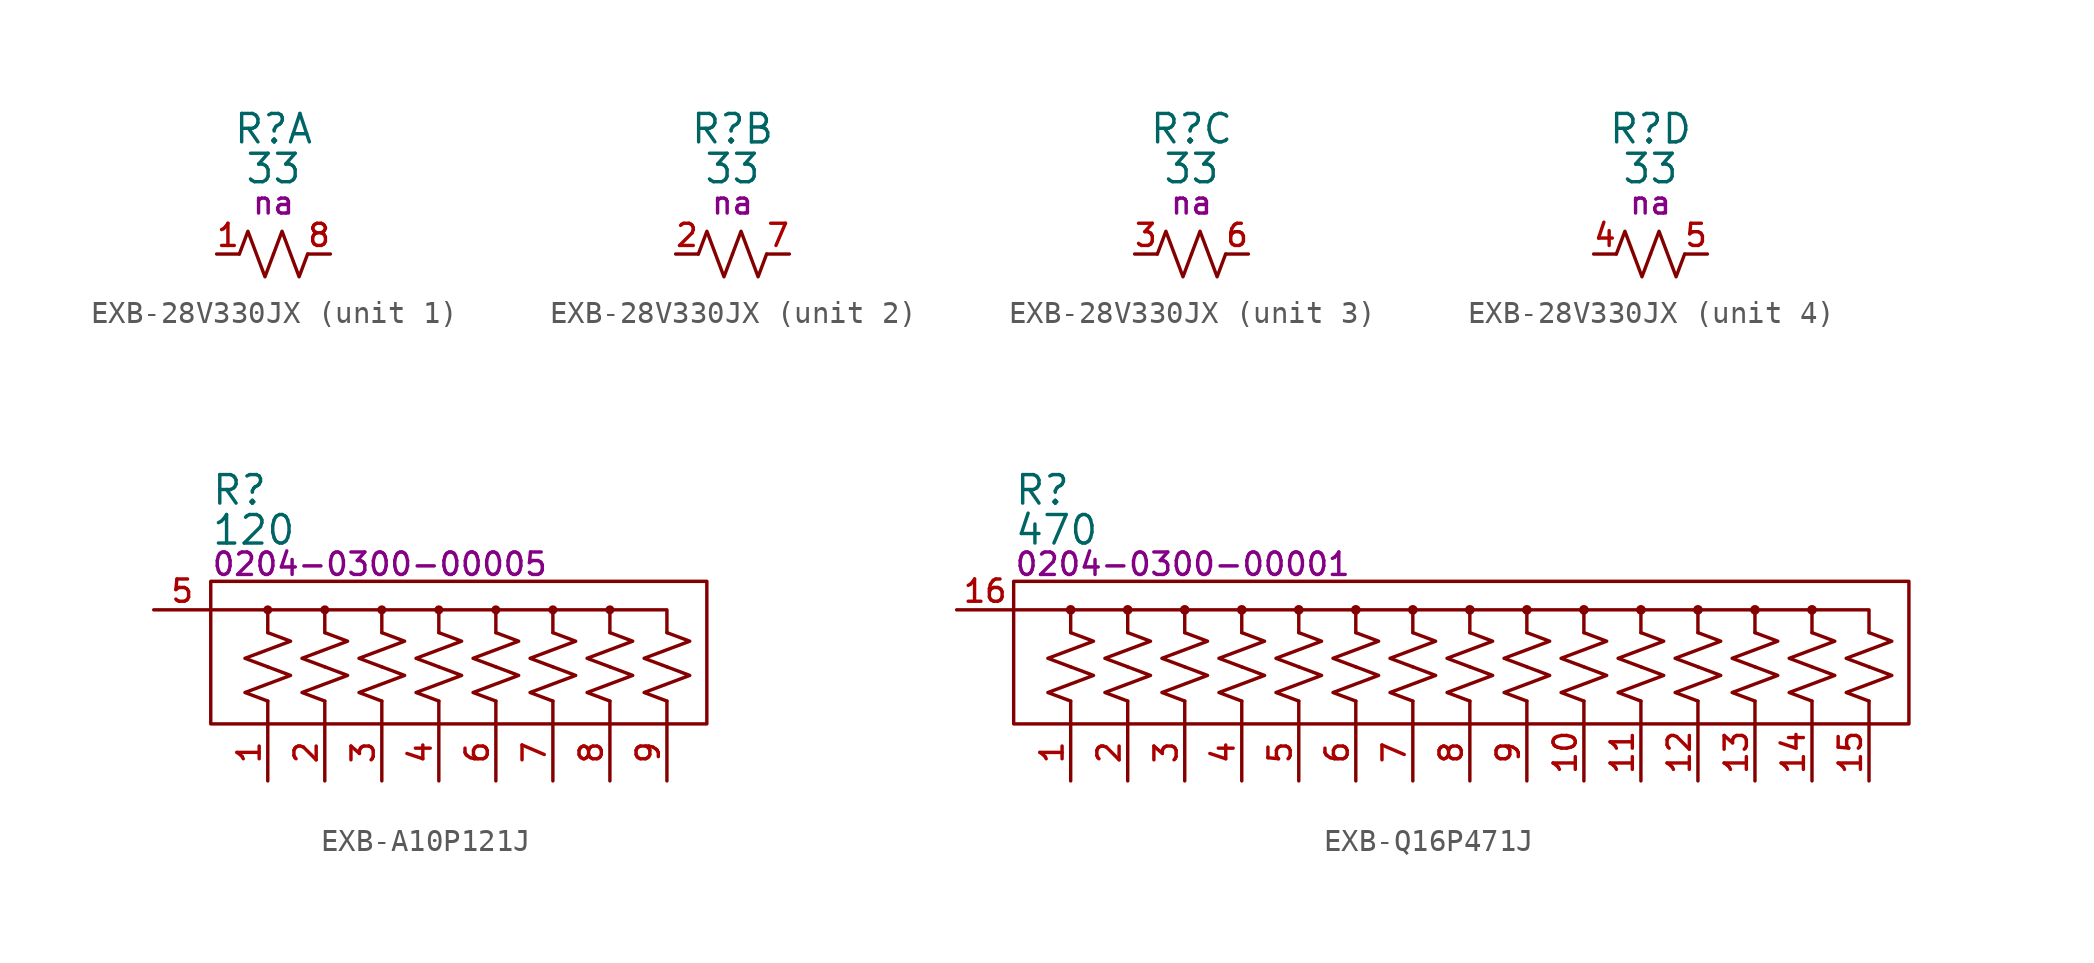
<source format=kicad_sym>
(kicad_symbol_lib
  (version 20231120)
  (generator "kicad_symbol_editor")
  (generator_version "8.0")
  (symbol "EXB-28V330JX"
    (pin_names hide)
    (property "Reference" "R"
      (at 0 5.588 0)
      (effects (font (size 1.27 1.27))))
    (property "Value" "33"
      (at 0 3.81 0)
      (effects (font (size 1.27 1.27))))
    (property "PartNumber" "na"
      (at 0 2.286 0)
      (effects (font (size 1 1))))
    (property "ki_locked" ""
      (at 0 0 0)
      (effects (font (size 1.27 1.27))))
    (symbol "EXB-28V330JX_0_1"
      (polyline (pts (xy -1.524 0) (xy -1.143 1.016) (xy -0.762 0) (xy -0.381 -1.016) (xy 0 0)) (stroke (width 0) (type default)) (fill (type none)))
      (polyline (pts (xy 0 0) (xy 0.381 1.016) (xy 0.762 0) (xy 1.143 -1.016) (xy 1.524 0)) (stroke (width 0) (type default)) (fill (type none))))
    (symbol "EXB-28V330JX_1_0"
      (pin passive line (at -2.54 0 0) (length 1.01) (name "1A" (effects (font (size 1.27 1.27)))) (number "1" (effects (font (size 0.991 0.991)))))
      (pin passive line (at 2.54 0 180) (length 1.01) (name "1B" (effects (font (size 1.27 1.27)))) (number "8" (effects (font (size 0.991 0.991))))))
    (symbol "EXB-28V330JX_2_0"
      (pin passive line (at -2.54 0 0) (length 1.01) (name "2A" (effects (font (size 1.27 1.27)))) (number "2" (effects (font (size 0.991 0.991)))))
      (pin passive line (at 2.54 0 180) (length 1.01) (name "2B" (effects (font (size 1.27 1.27)))) (number "7" (effects (font (size 0.991 0.991))))))
    (symbol "EXB-28V330JX_3_0"
      (pin passive line (at -2.54 0 0) (length 1.01) (name "3A" (effects (font (size 1.27 1.27)))) (number "3" (effects (font (size 0.991 0.991)))))
      (pin passive line (at 2.54 0 180) (length 1.01) (name "3B" (effects (font (size 1.27 1.27)))) (number "6" (effects (font (size 0.991 0.991))))))
    (symbol "EXB-28V330JX_4_0"
      (pin passive line (at -2.54 0 0) (length 1.01) (name "4A" (effects (font (size 1.27 1.27)))) (number "4" (effects (font (size 0.991 0.991)))))
      (pin passive line (at 2.54 0 180) (length 1.01) (name "4B" (effects (font (size 1.27 1.27)))) (number "5" (effects (font (size 0.991 0.991)))))))
  (symbol "EXB-A10P121J"
    (pin_names hide)
    (property "Reference" "R"
      (at 0 2.794 0)
      (effects (font (size 1.27 1.27)) (justify left)))
    (property "Value" "120"
      (at 0 1.016 0)
      (effects (font (size 1.27 1.27)) (justify left)))
    (property "PartNumber" "0204-0300-00005"
      (at 0 -0.508 0)
      (effects (font (size 1 1)) (justify left)))
    (symbol "EXB-A10P121J_0_0"
      (pin passive line (at 2.54 -10.16 90) (length 2.54) (name "R1" (effects (font (size 1.27 1.27)))) (number "1" (effects (font (size 0.991 0.991)))))
      (pin passive line (at -2.54 -2.54 0) (length 2.54) hide (name "COM" (effects (font (size 1.27 1.27)))) (number "10" (effects (font (size 0.991 0.991)))))
      (pin passive line (at 5.08 -10.16 90) (length 2.54) (name "R2" (effects (font (size 1.27 1.27)))) (number "2" (effects (font (size 0.991 0.991)))))
      (pin passive line (at 7.62 -10.16 90) (length 2.54) (name "R3" (effects (font (size 1.27 1.27)))) (number "3" (effects (font (size 0.991 0.991)))))
      (pin passive line (at 10.16 -10.16 90) (length 2.54) (name "R4" (effects (font (size 1.27 1.27)))) (number "4" (effects (font (size 0.991 0.991)))))
      (pin passive line (at -2.54 -2.54 0) (length 2.54) (name "COM" (effects (font (size 1.27 1.27)))) (number "5" (effects (font (size 0.991 0.991)))))
      (pin passive line (at 12.7 -10.16 90) (length 2.54) (name "R5" (effects (font (size 1.27 1.27)))) (number "6" (effects (font (size 0.991 0.991)))))
      (pin passive line (at 15.24 -10.16 90) (length 2.54) (name "R6" (effects (font (size 1.27 1.27)))) (number "7" (effects (font (size 0.991 0.991)))))
      (pin passive line (at 17.78 -10.16 90) (length 2.54) (name "R7" (effects (font (size 1.27 1.27)))) (number "8" (effects (font (size 0.991 0.991)))))
      (pin passive line (at 20.32 -10.16 90) (length 2.54) (name "R8" (effects (font (size 1.27 1.27)))) (number "9" (effects (font (size 0.991 0.991))))))
    (symbol "EXB-A10P121J_0_1"
      (rectangle (start 0 -7.62) (end 22.098 -1.27) (stroke (width 0) (type default)) (fill (type none)))
      (polyline (pts (xy 2.54 -6.604) (xy 2.54 -7.62)) (stroke (width 0) (type default)) (fill (type none)))
      (polyline (pts (xy 2.54 -3.556) (xy 2.54 -2.54)) (stroke (width 0) (type default)) (fill (type none)))
      (polyline (pts (xy 5.08 -6.604) (xy 5.08 -7.62)) (stroke (width 0) (type default)) (fill (type none)))
      (polyline (pts (xy 5.08 -3.556) (xy 5.08 -2.54)) (stroke (width 0) (type default)) (fill (type none)))
      (polyline (pts (xy 7.62 -6.604) (xy 7.62 -7.62)) (stroke (width 0) (type default)) (fill (type none)))
      (polyline (pts (xy 7.62 -3.556) (xy 7.62 -2.54)) (stroke (width 0) (type default)) (fill (type none)))
      (polyline (pts (xy 10.16 -6.604) (xy 10.16 -7.62)) (stroke (width 0) (type default)) (fill (type none)))
      (polyline (pts (xy 10.16 -3.556) (xy 10.16 -2.54)) (stroke (width 0) (type default)) (fill (type none)))
      (polyline (pts (xy 12.7 -6.604) (xy 12.7 -7.62)) (stroke (width 0) (type default)) (fill (type none)))
      (polyline (pts (xy 12.7 -3.556) (xy 12.7 -2.54)) (stroke (width 0) (type default)) (fill (type none)))
      (polyline (pts (xy 15.24 -6.604) (xy 15.24 -7.62)) (stroke (width 0) (type default)) (fill (type none)))
      (polyline (pts (xy 15.24 -3.556) (xy 15.24 -2.54)) (stroke (width 0) (type default)) (fill (type none)))
      (polyline (pts (xy 17.78 -6.604) (xy 17.78 -7.62)) (stroke (width 0) (type default)) (fill (type none)))
      (polyline (pts (xy 17.78 -3.556) (xy 17.78 -2.54)) (stroke (width 0) (type default)) (fill (type none)))
      (polyline (pts (xy 20.32 -6.604) (xy 20.32 -7.62)) (stroke (width 0) (type default)) (fill (type none)))
      (polyline (pts (xy 0 -2.54) (xy 20.32 -2.54) (xy 20.32 -3.556)) (stroke (width 0) (type default)) (fill (type none)))
      (polyline (pts (xy 2.54 -6.604) (xy 1.524 -6.223) (xy 2.54 -5.842) (xy 3.556 -5.461) (xy 2.54 -5.08)) (stroke (width 0) (type default)) (fill (type none)))
      (polyline (pts (xy 2.54 -5.08) (xy 1.524 -4.699) (xy 2.54 -4.318) (xy 3.556 -3.937) (xy 2.54 -3.556)) (stroke (width 0) (type default)) (fill (type none)))
      (polyline (pts (xy 5.08 -6.604) (xy 4.064 -6.223) (xy 5.08 -5.842) (xy 6.096 -5.461) (xy 5.08 -5.08)) (stroke (width 0) (type default)) (fill (type none)))
      (polyline (pts (xy 5.08 -5.08) (xy 4.064 -4.699) (xy 5.08 -4.318) (xy 6.096 -3.937) (xy 5.08 -3.556)) (stroke (width 0) (type default)) (fill (type none)))
      (polyline (pts (xy 7.62 -6.604) (xy 6.604 -6.223) (xy 7.62 -5.842) (xy 8.636 -5.461) (xy 7.62 -5.08)) (stroke (width 0) (type default)) (fill (type none)))
      (polyline (pts (xy 7.62 -5.08) (xy 6.604 -4.699) (xy 7.62 -4.318) (xy 8.636 -3.937) (xy 7.62 -3.556)) (stroke (width 0) (type default)) (fill (type none)))
      (polyline (pts (xy 10.16 -6.604) (xy 9.144 -6.223) (xy 10.16 -5.842) (xy 11.176 -5.461) (xy 10.16 -5.08)) (stroke (width 0) (type default)) (fill (type none)))
      (polyline (pts (xy 10.16 -5.08) (xy 9.144 -4.699) (xy 10.16 -4.318) (xy 11.176 -3.937) (xy 10.16 -3.556)) (stroke (width 0) (type default)) (fill (type none)))
      (polyline (pts (xy 12.7 -6.604) (xy 11.684 -6.223) (xy 12.7 -5.842) (xy 13.716 -5.461) (xy 12.7 -5.08)) (stroke (width 0) (type default)) (fill (type none)))
      (polyline (pts (xy 12.7 -5.08) (xy 11.684 -4.699) (xy 12.7 -4.318) (xy 13.716 -3.937) (xy 12.7 -3.556)) (stroke (width 0) (type default)) (fill (type none)))
      (polyline (pts (xy 15.24 -6.604) (xy 14.224 -6.223) (xy 15.24 -5.842) (xy 16.256 -5.461) (xy 15.24 -5.08)) (stroke (width 0) (type default)) (fill (type none)))
      (polyline (pts (xy 15.24 -5.08) (xy 14.224 -4.699) (xy 15.24 -4.318) (xy 16.256 -3.937) (xy 15.24 -3.556)) (stroke (width 0) (type default)) (fill (type none)))
      (polyline (pts (xy 17.78 -6.604) (xy 16.764 -6.223) (xy 17.78 -5.842) (xy 18.796 -5.461) (xy 17.78 -5.08)) (stroke (width 0) (type default)) (fill (type none)))
      (polyline (pts (xy 17.78 -5.08) (xy 16.764 -4.699) (xy 17.78 -4.318) (xy 18.796 -3.937) (xy 17.78 -3.556)) (stroke (width 0) (type default)) (fill (type none)))
      (polyline (pts (xy 20.32 -6.604) (xy 19.304 -6.223) (xy 20.32 -5.842) (xy 21.336 -5.461) (xy 20.32 -5.08)) (stroke (width 0) (type default)) (fill (type none)))
      (polyline (pts (xy 20.32 -5.08) (xy 19.304 -4.699) (xy 20.32 -4.318) (xy 21.336 -3.937) (xy 20.32 -3.556)) (stroke (width 0) (type default)) (fill (type none)))
      (circle (center 2.54 -2.54) (radius 0.125) (stroke (width 0) (type default)) (fill (type none)))
      (circle (center 5.08 -2.54) (radius 0.125) (stroke (width 0) (type default)) (fill (type none)))
      (circle (center 7.62 -2.54) (radius 0.125) (stroke (width 0) (type default)) (fill (type none)))
      (circle (center 10.16 -2.54) (radius 0.125) (stroke (width 0) (type default)) (fill (type none)))
      (circle (center 12.7 -2.54) (radius 0.125) (stroke (width 0) (type default)) (fill (type none)))
      (circle (center 15.24 -2.54) (radius 0.125) (stroke (width 0) (type default)) (fill (type none)))
      (circle (center 17.78 -2.54) (radius 0.125) (stroke (width 0) (type default)) (fill (type none)))))
  (symbol "EXB-Q16P471J"
    (pin_names hide)
    (property "Reference" "R"
      (at 0 2.794 0)
      (effects (font (size 1.27 1.27)) (justify left)))
    (property "Value" "470"
      (at 0 1.016 0)
      (effects (font (size 1.27 1.27)) (justify left)))
    (property "PartNumber" "0204-0300-00001"
      (at 0 -0.508 0)
      (effects (font (size 1 1)) (justify left)))
    (symbol "EXB-Q16P471J_0_0"
      (pin passive line (at 2.54 -10.16 90) (length 2.54) (name "R1" (effects (font (size 1.27 1.27)))) (number "1" (effects (font (size 0.991 0.991)))))
      (pin passive line (at 25.4 -10.16 90) (length 2.54) (name "R10" (effects (font (size 1.1 1.1)))) (number "10" (effects (font (size 0.991 0.991)))))
      (pin passive line (at 27.94 -10.16 90) (length 2.54) (name "R11" (effects (font (size 1.1 1.1)))) (number "11" (effects (font (size 0.991 0.991)))))
      (pin passive line (at 30.48 -10.16 90) (length 2.54) (name "R12" (effects (font (size 1.1 1.1)))) (number "12" (effects (font (size 0.991 0.991)))))
      (pin passive line (at 33.02 -10.16 90) (length 2.54) (name "R13" (effects (font (size 1.1 1.1)))) (number "13" (effects (font (size 0.991 0.991)))))
      (pin passive line (at 35.56 -10.16 90) (length 2.54) (name "R14" (effects (font (size 1.1 1.1)))) (number "14" (effects (font (size 0.991 0.991)))))
      (pin passive line (at 38.1 -10.16 90) (length 2.54) (name "R15" (effects (font (size 1.1 1.1)))) (number "15" (effects (font (size 0.991 0.991)))))
      (pin passive line (at -2.54 -2.54 0) (length 2.54) (name "COM" (effects (font (size 1.27 1.27)))) (number "16" (effects (font (size 0.991 0.991)))))
      (pin passive line (at 5.08 -10.16 90) (length 2.54) (name "R2" (effects (font (size 1.27 1.27)))) (number "2" (effects (font (size 0.991 0.991)))))
      (pin passive line (at 7.62 -10.16 90) (length 2.54) (name "R3" (effects (font (size 1.27 1.27)))) (number "3" (effects (font (size 0.991 0.991)))))
      (pin passive line (at 10.16 -10.16 90) (length 2.54) (name "R4" (effects (font (size 1.27 1.27)))) (number "4" (effects (font (size 0.991 0.991)))))
      (pin passive line (at 12.7 -10.16 90) (length 2.54) (name "R5" (effects (font (size 1.27 1.27)))) (number "5" (effects (font (size 0.991 0.991)))))
      (pin passive line (at 15.24 -10.16 90) (length 2.54) (name "R6" (effects (font (size 1.27 1.27)))) (number "6" (effects (font (size 0.991 0.991)))))
      (pin passive line (at 17.78 -10.16 90) (length 2.54) (name "R7" (effects (font (size 1.27 1.27)))) (number "7" (effects (font (size 0.991 0.991)))))
      (pin passive line (at 20.32 -10.16 90) (length 2.54) (name "R8" (effects (font (size 1.27 1.27)))) (number "8" (effects (font (size 0.991 0.991)))))
      (pin passive line (at 22.86 -10.16 90) (length 2.54) (name "R9" (effects (font (size 1.27 1.27)))) (number "9" (effects (font (size 0.991 0.991))))))
    (symbol "EXB-Q16P471J_0_1"
      (rectangle (start 0 -1.27) (end 39.878 -7.62) (stroke (width 0) (type default)) (fill (type none)))
      (polyline (pts (xy 2.54 -7.62) (xy 2.54 -6.604)) (stroke (width 0) (type default)) (fill (type none)))
      (polyline (pts (xy 2.54 -3.556) (xy 2.54 -2.54)) (stroke (width 0) (type default)) (fill (type none)))
      (polyline (pts (xy 5.08 -7.62) (xy 5.08 -6.604)) (stroke (width 0) (type default)) (fill (type none)))
      (polyline (pts (xy 5.08 -3.556) (xy 5.08 -2.54)) (stroke (width 0) (type default)) (fill (type none)))
      (polyline (pts (xy 7.62 -7.62) (xy 7.62 -6.604)) (stroke (width 0) (type default)) (fill (type none)))
      (polyline (pts (xy 7.62 -3.556) (xy 7.62 -2.54)) (stroke (width 0) (type default)) (fill (type none)))
      (polyline (pts (xy 10.16 -7.62) (xy 10.16 -6.604)) (stroke (width 0) (type default)) (fill (type none)))
      (polyline (pts (xy 10.16 -3.556) (xy 10.16 -2.54)) (stroke (width 0) (type default)) (fill (type none)))
      (polyline (pts (xy 12.7 -7.62) (xy 12.7 -6.604)) (stroke (width 0) (type default)) (fill (type none)))
      (polyline (pts (xy 12.7 -3.556) (xy 12.7 -2.54)) (stroke (width 0) (type default)) (fill (type none)))
      (polyline (pts (xy 15.24 -7.62) (xy 15.24 -6.604)) (stroke (width 0) (type default)) (fill (type none)))
      (polyline (pts (xy 15.24 -3.556) (xy 15.24 -2.54)) (stroke (width 0) (type default)) (fill (type none)))
      (polyline (pts (xy 17.78 -7.62) (xy 17.78 -6.604)) (stroke (width 0) (type default)) (fill (type none)))
      (polyline (pts (xy 17.78 -3.556) (xy 17.78 -2.54)) (stroke (width 0) (type default)) (fill (type none)))
      (polyline (pts (xy 20.32 -7.62) (xy 20.32 -6.604)) (stroke (width 0) (type default)) (fill (type none)))
      (polyline (pts (xy 20.32 -3.556) (xy 20.32 -2.54)) (stroke (width 0) (type default)) (fill (type none)))
      (polyline (pts (xy 22.86 -7.62) (xy 22.86 -6.604)) (stroke (width 0) (type default)) (fill (type none)))
      (polyline (pts (xy 22.86 -3.556) (xy 22.86 -2.54)) (stroke (width 0) (type default)) (fill (type none)))
      (polyline (pts (xy 25.4 -7.62) (xy 25.4 -6.604)) (stroke (width 0) (type default)) (fill (type none)))
      (polyline (pts (xy 25.4 -3.556) (xy 25.4 -2.54)) (stroke (width 0) (type default)) (fill (type none)))
      (polyline (pts (xy 27.94 -7.62) (xy 27.94 -6.604)) (stroke (width 0) (type default)) (fill (type none)))
      (polyline (pts (xy 27.94 -3.556) (xy 27.94 -2.54)) (stroke (width 0) (type default)) (fill (type none)))
      (polyline (pts (xy 30.48 -7.62) (xy 30.48 -6.604)) (stroke (width 0) (type default)) (fill (type none)))
      (polyline (pts (xy 30.48 -3.556) (xy 30.48 -2.54)) (stroke (width 0) (type default)) (fill (type none)))
      (polyline (pts (xy 33.02 -7.62) (xy 33.02 -6.604)) (stroke (width 0) (type default)) (fill (type none)))
      (polyline (pts (xy 33.02 -3.556) (xy 33.02 -2.54)) (stroke (width 0) (type default)) (fill (type none)))
      (polyline (pts (xy 35.56 -7.62) (xy 35.56 -6.604)) (stroke (width 0) (type default)) (fill (type none)))
      (polyline (pts (xy 35.56 -3.556) (xy 35.56 -2.54)) (stroke (width 0) (type default)) (fill (type none)))
      (polyline (pts (xy 38.1 -7.62) (xy 38.1 -6.604)) (stroke (width 0) (type default)) (fill (type none)))
      (polyline (pts (xy 0 -2.54) (xy 38.1 -2.54) (xy 38.1 -3.556)) (stroke (width 0) (type default)) (fill (type none)))
      (polyline (pts (xy 2.54 -6.604) (xy 1.524 -6.223) (xy 2.54 -5.842) (xy 3.556 -5.461) (xy 2.54 -5.08)) (stroke (width 0) (type default)) (fill (type none)))
      (polyline (pts (xy 2.54 -5.08) (xy 1.524 -4.699) (xy 2.54 -4.318) (xy 3.556 -3.937) (xy 2.54 -3.556)) (stroke (width 0) (type default)) (fill (type none)))
      (polyline (pts (xy 5.08 -6.604) (xy 4.064 -6.223) (xy 5.08 -5.842) (xy 6.096 -5.461) (xy 5.08 -5.08)) (stroke (width 0) (type default)) (fill (type none)))
      (polyline (pts (xy 5.08 -5.08) (xy 4.064 -4.699) (xy 5.08 -4.318) (xy 6.096 -3.937) (xy 5.08 -3.556)) (stroke (width 0) (type default)) (fill (type none)))
      (polyline (pts (xy 7.62 -6.604) (xy 6.604 -6.223) (xy 7.62 -5.842) (xy 8.636 -5.461) (xy 7.62 -5.08)) (stroke (width 0) (type default)) (fill (type none)))
      (polyline (pts (xy 7.62 -5.08) (xy 6.604 -4.699) (xy 7.62 -4.318) (xy 8.636 -3.937) (xy 7.62 -3.556)) (stroke (width 0) (type default)) (fill (type none)))
      (polyline (pts (xy 10.16 -6.604) (xy 9.144 -6.223) (xy 10.16 -5.842) (xy 11.176 -5.461) (xy 10.16 -5.08)) (stroke (width 0) (type default)) (fill (type none)))
      (polyline (pts (xy 10.16 -5.08) (xy 9.144 -4.699) (xy 10.16 -4.318) (xy 11.176 -3.937) (xy 10.16 -3.556)) (stroke (width 0) (type default)) (fill (type none)))
      (polyline (pts (xy 12.7 -6.604) (xy 11.684 -6.223) (xy 12.7 -5.842) (xy 13.716 -5.461) (xy 12.7 -5.08)) (stroke (width 0) (type default)) (fill (type none)))
      (polyline (pts (xy 12.7 -5.08) (xy 11.684 -4.699) (xy 12.7 -4.318) (xy 13.716 -3.937) (xy 12.7 -3.556)) (stroke (width 0) (type default)) (fill (type none)))
      (polyline (pts (xy 15.24 -6.604) (xy 14.224 -6.223) (xy 15.24 -5.842) (xy 16.256 -5.461) (xy 15.24 -5.08)) (stroke (width 0) (type default)) (fill (type none)))
      (polyline (pts (xy 15.24 -5.08) (xy 14.224 -4.699) (xy 15.24 -4.318) (xy 16.256 -3.937) (xy 15.24 -3.556)) (stroke (width 0) (type default)) (fill (type none)))
      (polyline (pts (xy 17.78 -6.604) (xy 16.764 -6.223) (xy 17.78 -5.842) (xy 18.796 -5.461) (xy 17.78 -5.08)) (stroke (width 0) (type default)) (fill (type none)))
      (polyline (pts (xy 17.78 -5.08) (xy 16.764 -4.699) (xy 17.78 -4.318) (xy 18.796 -3.937) (xy 17.78 -3.556)) (stroke (width 0) (type default)) (fill (type none)))
      (polyline (pts (xy 20.32 -6.604) (xy 19.304 -6.223) (xy 20.32 -5.842) (xy 21.336 -5.461) (xy 20.32 -5.08)) (stroke (width 0) (type default)) (fill (type none)))
      (polyline (pts (xy 20.32 -5.08) (xy 19.304 -4.699) (xy 20.32 -4.318) (xy 21.336 -3.937) (xy 20.32 -3.556)) (stroke (width 0) (type default)) (fill (type none)))
      (polyline (pts (xy 22.86 -6.604) (xy 21.844 -6.223) (xy 22.86 -5.842) (xy 23.876 -5.461) (xy 22.86 -5.08)) (stroke (width 0) (type default)) (fill (type none)))
      (polyline (pts (xy 22.86 -5.08) (xy 21.844 -4.699) (xy 22.86 -4.318) (xy 23.876 -3.937) (xy 22.86 -3.556)) (stroke (width 0) (type default)) (fill (type none)))
      (polyline (pts (xy 25.4 -6.604) (xy 24.384 -6.223) (xy 25.4 -5.842) (xy 26.416 -5.461) (xy 25.4 -5.08)) (stroke (width 0) (type default)) (fill (type none)))
      (polyline (pts (xy 25.4 -5.08) (xy 24.384 -4.699) (xy 25.4 -4.318) (xy 26.416 -3.937) (xy 25.4 -3.556)) (stroke (width 0) (type default)) (fill (type none)))
      (polyline (pts (xy 27.94 -6.604) (xy 26.924 -6.223) (xy 27.94 -5.842) (xy 28.956 -5.461) (xy 27.94 -5.08)) (stroke (width 0) (type default)) (fill (type none)))
      (polyline (pts (xy 27.94 -5.08) (xy 26.924 -4.699) (xy 27.94 -4.318) (xy 28.956 -3.937) (xy 27.94 -3.556)) (stroke (width 0) (type default)) (fill (type none)))
      (polyline (pts (xy 30.48 -6.604) (xy 29.464 -6.223) (xy 30.48 -5.842) (xy 31.496 -5.461) (xy 30.48 -5.08)) (stroke (width 0) (type default)) (fill (type none)))
      (polyline (pts (xy 30.48 -5.08) (xy 29.464 -4.699) (xy 30.48 -4.318) (xy 31.496 -3.937) (xy 30.48 -3.556)) (stroke (width 0) (type default)) (fill (type none)))
      (polyline (pts (xy 33.02 -6.604) (xy 32.004 -6.223) (xy 33.02 -5.842) (xy 34.036 -5.461) (xy 33.02 -5.08)) (stroke (width 0) (type default)) (fill (type none)))
      (polyline (pts (xy 33.02 -5.08) (xy 32.004 -4.699) (xy 33.02 -4.318) (xy 34.036 -3.937) (xy 33.02 -3.556)) (stroke (width 0) (type default)) (fill (type none)))
      (polyline (pts (xy 35.56 -6.604) (xy 34.544 -6.223) (xy 35.56 -5.842) (xy 36.576 -5.461) (xy 35.56 -5.08)) (stroke (width 0) (type default)) (fill (type none)))
      (polyline (pts (xy 35.56 -5.08) (xy 34.544 -4.699) (xy 35.56 -4.318) (xy 36.576 -3.937) (xy 35.56 -3.556)) (stroke (width 0) (type default)) (fill (type none)))
      (polyline (pts (xy 38.1 -6.604) (xy 37.084 -6.223) (xy 38.1 -5.842) (xy 39.116 -5.461) (xy 38.1 -5.08)) (stroke (width 0) (type default)) (fill (type none)))
      (polyline (pts (xy 38.1 -5.08) (xy 37.084 -4.699) (xy 38.1 -4.318) (xy 39.116 -3.937) (xy 38.1 -3.556)) (stroke (width 0) (type default)) (fill (type none)))
      (circle (center 2.54 -2.54) (radius 0.14) (stroke (width 0) (type default)) (fill (type none)))
      (circle (center 5.08 -2.54) (radius 0.14) (stroke (width 0) (type default)) (fill (type none)))
      (circle (center 7.62 -2.54) (radius 0.14) (stroke (width 0) (type default)) (fill (type none)))
      (circle (center 10.16 -2.54) (radius 0.14) (stroke (width 0) (type default)) (fill (type none)))
      (circle (center 12.7 -2.54) (radius 0.14) (stroke (width 0) (type default)) (fill (type none)))
      (circle (center 15.24 -2.54) (radius 0.14) (stroke (width 0) (type default)) (fill (type none)))
      (circle (center 17.78 -2.54) (radius 0.14) (stroke (width 0) (type default)) (fill (type none)))
      (circle (center 20.32 -2.54) (radius 0.14) (stroke (width 0) (type default)) (fill (type none)))
      (circle (center 22.86 -2.54) (radius 0.14) (stroke (width 0) (type default)) (fill (type none)))
      (circle (center 25.4 -2.54) (radius 0.14) (stroke (width 0) (type default)) (fill (type none)))
      (circle (center 27.94 -2.54) (radius 0.14) (stroke (width 0) (type default)) (fill (type none)))
      (circle (center 30.48 -2.54) (radius 0.14) (stroke (width 0) (type default)) (fill (type none)))
      (circle (center 33.02 -2.54) (radius 0.14) (stroke (width 0) (type default)) (fill (type none)))
      (circle (center 35.56 -2.54) (radius 0.14) (stroke (width 0) (type default)) (fill (type none))))))
</source>
